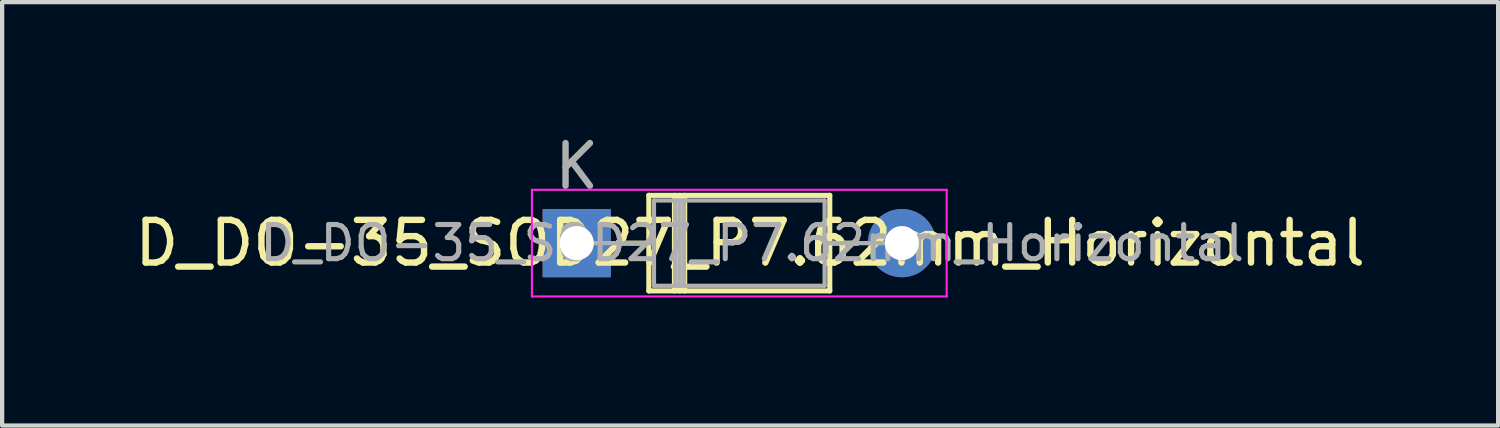
<source format=kicad_pcb>
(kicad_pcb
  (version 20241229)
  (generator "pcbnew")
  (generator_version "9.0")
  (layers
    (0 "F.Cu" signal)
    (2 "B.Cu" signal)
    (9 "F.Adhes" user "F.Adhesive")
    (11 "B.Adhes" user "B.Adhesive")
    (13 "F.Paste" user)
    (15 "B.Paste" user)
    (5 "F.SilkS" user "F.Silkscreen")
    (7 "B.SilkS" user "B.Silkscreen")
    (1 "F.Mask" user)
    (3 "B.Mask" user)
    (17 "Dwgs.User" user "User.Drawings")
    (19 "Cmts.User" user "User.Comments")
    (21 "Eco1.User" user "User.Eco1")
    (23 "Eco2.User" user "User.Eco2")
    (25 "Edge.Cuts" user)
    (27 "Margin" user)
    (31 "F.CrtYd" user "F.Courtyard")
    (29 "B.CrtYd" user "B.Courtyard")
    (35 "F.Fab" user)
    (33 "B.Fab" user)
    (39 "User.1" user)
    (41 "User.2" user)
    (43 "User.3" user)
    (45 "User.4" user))
  (footprint "D_DO-35_SOD27_P7.62mm_Horizontal"
    (layer "F.Cu")
    (at 10.466 2.648)
    (property "Reference" "D_DO-35_SOD27_P7.62mm_Horizontal" (at 4.064 0 180) (layer "F.SilkS") (effects (font (size 1 1) (thickness 0.15))))
    (attr through_hole)
    (fp_line (start 1.04 0) (end 1.69 0) (stroke (width 0.12) (type solid)) (layer "F.SilkS"))
    (fp_line (start 1.69 -1.12) (end 1.69 1.12) (stroke (width 0.12) (type solid)) (layer "F.SilkS"))
    (fp_line (start 1.69 1.12) (end 5.93 1.12) (stroke (width 0.12) (type solid)) (layer "F.SilkS"))
    (fp_line (start 2.29 -1.12) (end 2.29 1.12) (stroke (width 0.12) (type solid)) (layer "F.SilkS"))
    (fp_line (start 2.41 -1.12) (end 2.41 1.12) (stroke (width 0.12) (type solid)) (layer "F.SilkS"))
    (fp_line (start 2.53 -1.12) (end 2.53 1.12) (stroke (width 0.12) (type solid)) (layer "F.SilkS"))
    (fp_line (start 5.93 -1.12) (end 1.69 -1.12) (stroke (width 0.12) (type solid)) (layer "F.SilkS"))
    (fp_line (start 5.93 1.12) (end 5.93 -1.12) (stroke (width 0.12) (type solid)) (layer "F.SilkS"))
    (fp_line (start 6.58 0) (end 5.93 0) (stroke (width 0.12) (type solid)) (layer "F.SilkS"))
    (fp_line (start -1.05 -1.25) (end -1.05 1.25) (stroke (width 0.05) (type solid)) (layer "F.CrtYd"))
    (fp_line (start -1.05 1.25) (end 8.67 1.25) (stroke (width 0.05) (type solid)) (layer "F.CrtYd"))
    (fp_line (start 8.67 -1.25) (end -1.05 -1.25) (stroke (width 0.05) (type solid)) (layer "F.CrtYd"))
    (fp_line (start 8.67 1.25) (end 8.67 -1.25) (stroke (width 0.05) (type solid)) (layer "F.CrtYd"))
    (fp_line (start 0 0) (end 1.81 0) (stroke (width 0.1) (type solid)) (layer "F.Fab"))
    (fp_line (start 1.81 -1) (end 1.81 1) (stroke (width 0.1) (type solid)) (layer "F.Fab"))
    (fp_line (start 1.81 1) (end 5.81 1) (stroke (width 0.1) (type solid)) (layer "F.Fab"))
    (fp_line (start 2.31 -1) (end 2.31 1) (stroke (width 0.1) (type solid)) (layer "F.Fab"))
    (fp_line (start 2.41 -1) (end 2.41 1) (stroke (width 0.1) (type solid)) (layer "F.Fab"))
    (fp_line (start 2.51 -1) (end 2.51 1) (stroke (width 0.1) (type solid)) (layer "F.Fab"))
    (fp_line (start 5.81 -1) (end 1.81 -1) (stroke (width 0.1) (type solid)) (layer "F.Fab"))
    (fp_line (start 5.81 1) (end 5.81 -1) (stroke (width 0.1) (type solid)) (layer "F.Fab"))
    (fp_line (start 7.62 0) (end 5.81 0) (stroke (width 0.1) (type solid)) (layer "F.Fab"))
    (fp_text user "K" (at 0 -1.8 180) (layer "F.Fab") (effects (font (size 1 1) (thickness 0.15))))
    (fp_text user "${REFERENCE}" (at 4.11 0 180) (layer "F.Fab") (effects (font (size 0.8 0.8) (thickness 0.12))))
    (pad "1" thru_hole rect (at 0 0) (size 1.6 1.6) (drill 0.8) (layers "*.Cu" "*.Mask"))
    (pad "2" thru_hole oval (at 7.62 0) (size 1.6 1.6) (drill 0.8) (layers "*.Cu" "*.Mask")))
  (gr_rect
    (start -3 -3)
    (end 32.06 6.923)
    (stroke (width 0.1) (type default))
    (fill no)
    (layer "Edge.Cuts")))
</source>
